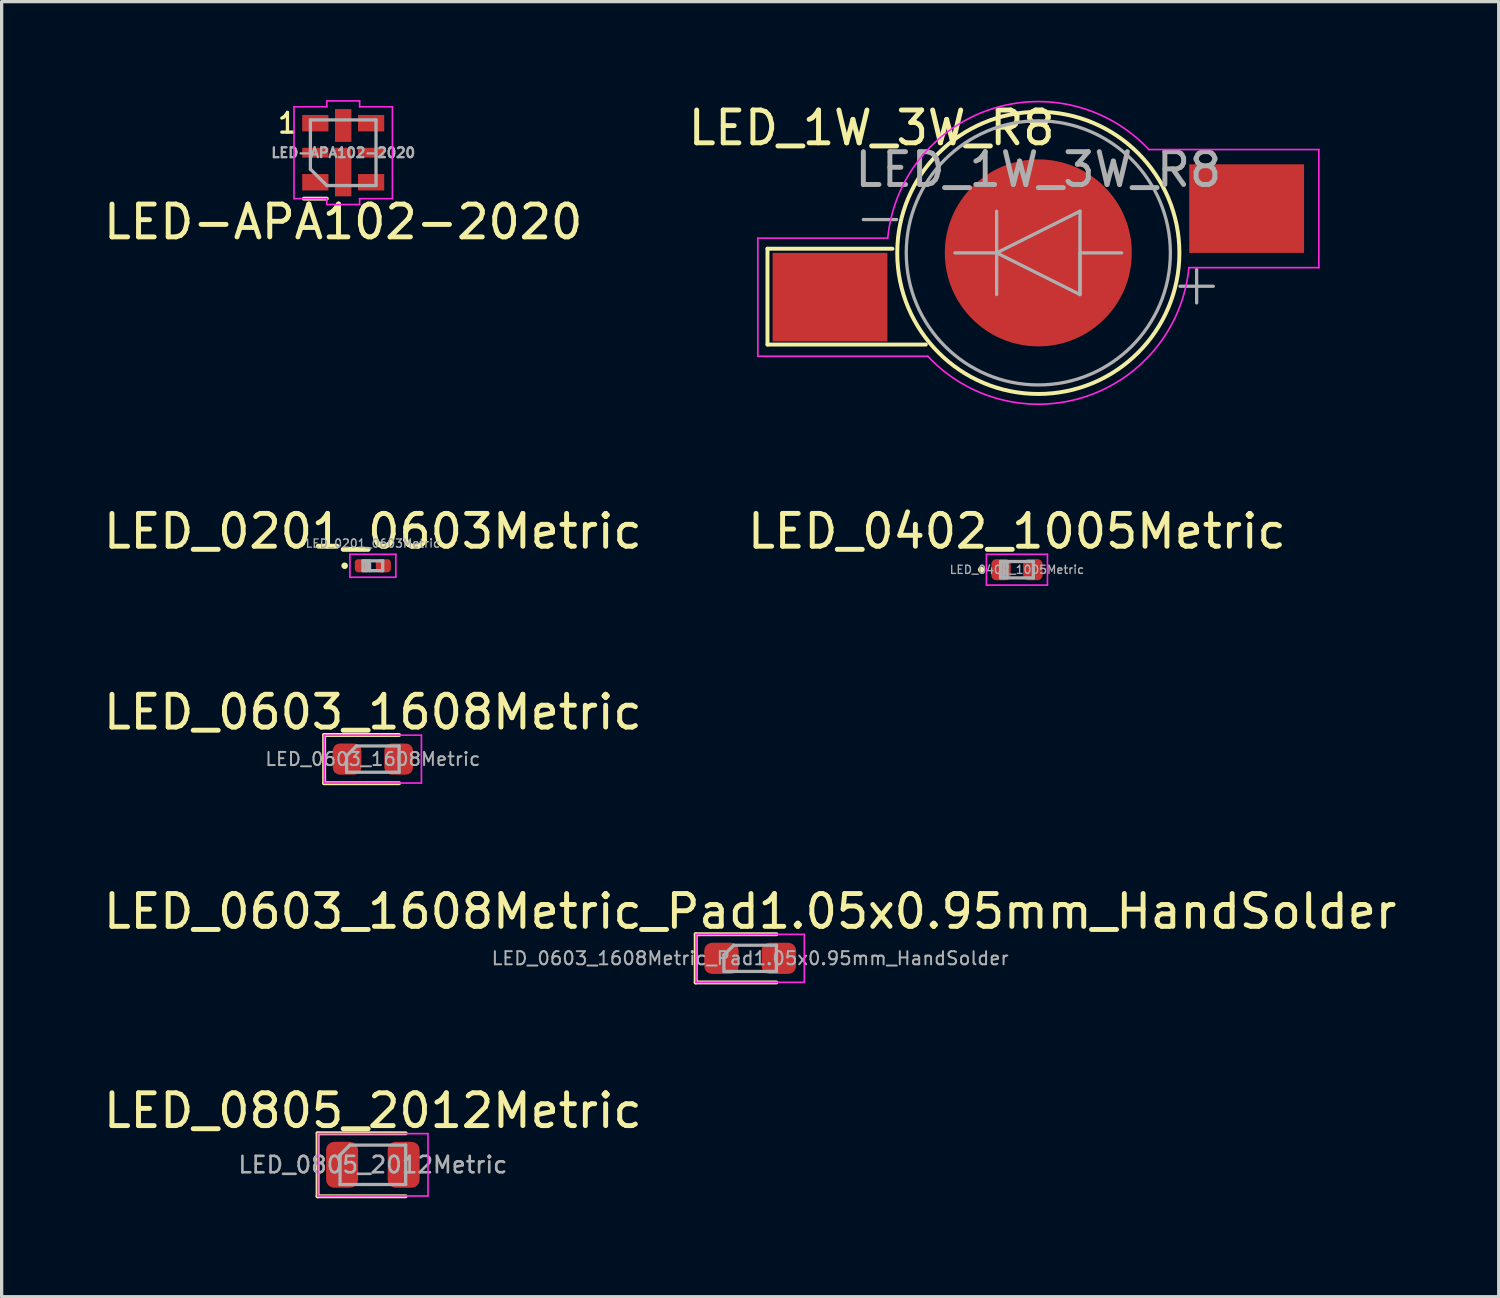
<source format=kicad_pcb>
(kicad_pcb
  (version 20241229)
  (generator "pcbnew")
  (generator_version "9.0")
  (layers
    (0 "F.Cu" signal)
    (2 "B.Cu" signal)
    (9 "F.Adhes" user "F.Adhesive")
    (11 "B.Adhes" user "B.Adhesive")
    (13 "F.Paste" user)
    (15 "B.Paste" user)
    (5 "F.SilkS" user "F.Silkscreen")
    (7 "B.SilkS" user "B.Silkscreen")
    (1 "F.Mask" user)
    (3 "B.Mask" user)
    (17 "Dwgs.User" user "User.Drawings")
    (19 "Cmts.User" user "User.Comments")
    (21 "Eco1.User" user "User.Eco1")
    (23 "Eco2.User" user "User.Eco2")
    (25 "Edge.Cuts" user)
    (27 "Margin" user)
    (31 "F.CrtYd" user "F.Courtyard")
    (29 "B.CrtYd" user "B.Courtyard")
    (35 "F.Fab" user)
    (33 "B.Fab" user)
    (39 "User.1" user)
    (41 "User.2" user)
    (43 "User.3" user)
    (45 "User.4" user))
  (footprint "LED_0402_1005Metric"
    (layer "F.Cu")
    (at 27.946 14.314)
    (property "Reference" "LED_0402_1005Metric" (at 0 -1.17 0) (layer "F.SilkS") (effects (font (size 1 1) (thickness 0.15))))
    (attr smd)
    (fp_circle (center -1.09 0) (end -1.04 0) (stroke (width 0.1) (type solid)) (fill no) (layer "F.SilkS"))
    (fp_line (start -0.93 -0.47) (end 0.93 -0.47) (stroke (width 0.05) (type solid)) (layer "F.CrtYd"))
    (fp_line (start -0.93 0.47) (end -0.93 -0.47) (stroke (width 0.05) (type solid)) (layer "F.CrtYd"))
    (fp_line (start 0.93 -0.47) (end 0.93 0.47) (stroke (width 0.05) (type solid)) (layer "F.CrtYd"))
    (fp_line (start 0.93 0.47) (end -0.93 0.47) (stroke (width 0.05) (type solid)) (layer "F.CrtYd"))
    (fp_line (start -0.5 -0.25) (end 0.5 -0.25) (stroke (width 0.1) (type solid)) (layer "F.Fab"))
    (fp_line (start -0.5 0.25) (end -0.5 -0.25) (stroke (width 0.1) (type solid)) (layer "F.Fab"))
    (fp_line (start -0.4 0.25) (end -0.4 -0.25) (stroke (width 0.1) (type solid)) (layer "F.Fab"))
    (fp_line (start -0.3 0.25) (end -0.3 -0.25) (stroke (width 0.1) (type solid)) (layer "F.Fab"))
    (fp_line (start 0.5 -0.25) (end 0.5 0.25) (stroke (width 0.1) (type solid)) (layer "F.Fab"))
    (fp_line (start 0.5 0.25) (end -0.5 0.25) (stroke (width 0.1) (type solid)) (layer "F.Fab"))
    (fp_text user "${REFERENCE}" (at 0 0 0) (layer "F.Fab") (effects (font (size 0.25 0.25) (thickness 0.04))))
    (pad "1" smd roundrect (at -0.485 0) (size 0.59 0.64) (layers "F.Cu" "F.Mask" "F.Paste") (roundrect_rratio 0.25))
    (pad "2" smd roundrect (at 0.485 0) (size 0.59 0.64) (layers "F.Cu" "F.Mask" "F.Paste") (roundrect_rratio 0.25)))
  (footprint "LED_0603_1608Metric_Pad1.05x0.95mm_HandSolder"
    (layer "F.Cu")
    (at 19.815 26.16)
    (property "Reference" "LED_0603_1608Metric_Pad1.05x0.95mm_HandSolder" (at 0 -1.43 0) (layer "F.SilkS") (effects (font (size 1 1) (thickness 0.15))))
    (attr smd)
    (fp_line (start -1.66 -0.735) (end -1.66 0.735) (stroke (width 0.12) (type solid)) (layer "F.SilkS"))
    (fp_line (start -1.66 0.735) (end 0.8 0.735) (stroke (width 0.12) (type solid)) (layer "F.SilkS"))
    (fp_line (start 0.8 -0.735) (end -1.66 -0.735) (stroke (width 0.12) (type solid)) (layer "F.SilkS"))
    (fp_line (start -1.65 -0.73) (end 1.65 -0.73) (stroke (width 0.05) (type solid)) (layer "F.CrtYd"))
    (fp_line (start -1.65 0.73) (end -1.65 -0.73) (stroke (width 0.05) (type solid)) (layer "F.CrtYd"))
    (fp_line (start 1.65 -0.73) (end 1.65 0.73) (stroke (width 0.05) (type solid)) (layer "F.CrtYd"))
    (fp_line (start 1.65 0.73) (end -1.65 0.73) (stroke (width 0.05) (type solid)) (layer "F.CrtYd"))
    (fp_line (start -0.8 -0.1) (end -0.8 0.4) (stroke (width 0.1) (type solid)) (layer "F.Fab"))
    (fp_line (start -0.8 0.4) (end 0.8 0.4) (stroke (width 0.1) (type solid)) (layer "F.Fab"))
    (fp_line (start -0.5 -0.4) (end -0.8 -0.1) (stroke (width 0.1) (type solid)) (layer "F.Fab"))
    (fp_line (start 0.8 -0.4) (end -0.5 -0.4) (stroke (width 0.1) (type solid)) (layer "F.Fab"))
    (fp_line (start 0.8 0.4) (end 0.8 -0.4) (stroke (width 0.1) (type solid)) (layer "F.Fab"))
    (fp_text user "${REFERENCE}" (at 0 0 0) (layer "F.Fab") (effects (font (size 0.4 0.4) (thickness 0.06))))
    (pad "1" smd roundrect (at -0.875 0) (size 1.05 0.95) (layers "F.Cu" "F.Mask" "F.Paste") (roundrect_rratio 0.25))
    (pad "2" smd roundrect (at 0.875 0) (size 1.05 0.95) (layers "F.Cu" "F.Mask" "F.Paste") (roundrect_rratio 0.25)))
  (footprint "LED-APA102-2020"
    (layer "F.Cu")
    (at 7.411 1.605)
    (property "Reference" "LED-APA102-2020" (at 0 2.11 0) (layer "F.SilkS") (effects (font (size 1 1) (thickness 0.15))))
    (attr smd)
    (fp_line (start -1.2 1.4) (end -0.5 1.4) (stroke (width 0.12) (type solid)) (layer "F.SilkS"))
    (fp_line (start -1.5 -1.4) (end -1.5 1.4) (stroke (width 0.05) (type solid)) (layer "F.CrtYd"))
    (fp_line (start -1.5 -1.4) (end -0.5 -1.4) (stroke (width 0.05) (type solid)) (layer "F.CrtYd"))
    (fp_line (start -0.5 -1.58) (end 0.5 -1.58) (stroke (width 0.05) (type solid)) (layer "F.CrtYd"))
    (fp_line (start -0.5 -1.4) (end -0.5 -1.58) (stroke (width 0.05) (type solid)) (layer "F.CrtYd"))
    (fp_line (start -0.5 1.4) (end -1.5 1.4) (stroke (width 0.05) (type solid)) (layer "F.CrtYd"))
    (fp_line (start -0.5 1.4) (end -0.5 1.58) (stroke (width 0.05) (type solid)) (layer "F.CrtYd"))
    (fp_line (start -0.5 1.58) (end 0.5 1.58) (stroke (width 0.05) (type solid)) (layer "F.CrtYd"))
    (fp_line (start 0.5 -1.58) (end 0.5 -1.4) (stroke (width 0.05) (type solid)) (layer "F.CrtYd"))
    (fp_line (start 0.5 -1.4) (end 1.5 -1.4) (stroke (width 0.05) (type solid)) (layer "F.CrtYd"))
    (fp_line (start 0.5 1.58) (end 0.5 1.4) (stroke (width 0.05) (type solid)) (layer "F.CrtYd"))
    (fp_line (start 1.5 -1.4) (end 1.5 1.4) (stroke (width 0.05) (type solid)) (layer "F.CrtYd"))
    (fp_line (start 1.5 1.4) (end 0.5 1.4) (stroke (width 0.05) (type solid)) (layer "F.CrtYd"))
    (fp_line (start -1 -1) (end 1 -1) (stroke (width 0.1) (type solid)) (layer "F.Fab"))
    (fp_line (start -1 0.5) (end -1 -1) (stroke (width 0.1) (type solid)) (layer "F.Fab"))
    (fp_line (start -1 0.5) (end -0.5 1) (stroke (width 0.1) (type solid)) (layer "F.Fab"))
    (fp_line (start 1 -1) (end 1 1) (stroke (width 0.1) (type solid)) (layer "F.Fab"))
    (fp_line (start 1 1) (end -0.5 1) (stroke (width 0.1) (type solid)) (layer "F.Fab"))
    (fp_text user "1" (at -1.7 -0.9 0) (layer "F.SilkS") (effects (font (size 0.6 0.6) (thickness 0.1))))
    (fp_text user "${REFERENCE}" (at 0 0 0) (layer "F.Fab") (effects (font (size 0.3 0.3) (thickness 0.07))))
    (pad "1" smd rect (at -0.85 -0.9) (size 0.8 0.5) (layers "F.Cu" "F.Mask" "F.Paste"))
    (pad "1" smd rect (at 0 -0.83 90) (size 1 0.5) (layers "F.Cu" "F.Mask" "F.Paste"))
    (pad "2" smd rect (at -0.85 0) (size 0.8 0.3) (layers "F.Cu" "F.Mask" "F.Paste"))
    (pad "3" smd rect (at -0.85 0.9) (size 0.8 0.5) (layers "F.Cu" "F.Mask" "F.Paste"))
    (pad "4" smd rect (at 0.85 0.9) (size 0.8 0.5) (layers "F.Cu" "F.Mask" "F.Paste"))
    (pad "5" smd rect (at 0.85 0) (size 0.8 0.3) (layers "F.Cu" "F.Mask" "F.Paste"))
    (pad "6" smd rect (at 0 0.59 90) (size 1.48 0.5) (layers "F.Cu" "F.Mask" "F.Paste"))
    (pad "6" smd rect (at 0.85 -0.9) (size 0.8 0.5) (layers "F.Cu" "F.Mask" "F.Paste")))
  (footprint "LED_1W_3W_R8"
    (layer "F.Cu")
    (at 28.598 4.658)
    (property "Reference" "LED_1W_3W_R8" (at -5.08 -3.81 0) (layer "F.SilkS") (effects (font (size 1 1) (thickness 0.15))))
    (attr smd)
    (fp_line (start -8.255 -0.127) (end -8.255 2.794) (stroke (width 0.12) (type solid)) (layer "F.SilkS"))
    (fp_line (start -8.255 2.794) (end -3.429 2.794) (stroke (width 0.12) (type solid)) (layer "F.SilkS"))
    (fp_line (start -4.445 -0.127) (end -8.255 -0.127) (stroke (width 0.12) (type solid)) (layer "F.SilkS"))
    (fp_circle (center 0 0) (end -4.3 0) (stroke (width 0.12) (type solid)) (fill no) (layer "F.SilkS"))
    (fp_line (start -8.55 -0.45) (end -8.55 3.15) (stroke (width 0.05) (type solid)) (layer "F.CrtYd"))
    (fp_line (start -8.55 3.15) (end -3.37 3.15) (stroke (width 0.05) (type solid)) (layer "F.CrtYd"))
    (fp_line (start -4.59 -0.45) (end -8.55 -0.45) (stroke (width 0.05) (type solid)) (layer "F.CrtYd"))
    (fp_line (start 3.37 -3.15) (end 8.55 -3.15) (stroke (width 0.05) (type solid)) (layer "F.CrtYd"))
    (fp_line (start 8.55 -3.15) (end 8.55 0.45) (stroke (width 0.05) (type solid)) (layer "F.CrtYd"))
    (fp_line (start 8.55 0.45) (end 4.59 0.45) (stroke (width 0.05) (type solid)) (layer "F.CrtYd"))
    (fp_arc (start -4.59 -0.45) (mid -1.481265 -4.36766) (end 3.369303 -3.149349) (stroke (width 0.05) (type solid)) (layer "F.CrtYd"))
    (fp_arc (start 4.59 0.45) (mid 1.481265 4.36766) (end -3.369303 3.149349) (stroke (width 0.05) (type solid)) (layer "F.CrtYd"))
    (fp_line (start -5.334 -1.016) (end -4.318 -1.016) (stroke (width 0.1) (type solid)) (layer "F.Fab"))
    (fp_line (start -2.54 0) (end -1.27 0) (stroke (width 0.1) (type solid)) (layer "F.Fab"))
    (fp_line (start -1.27 -1.27) (end -1.27 1.27) (stroke (width 0.1) (type solid)) (layer "F.Fab"))
    (fp_line (start -1.27 0) (end 1.27 -1.27) (stroke (width 0.1) (type solid)) (layer "F.Fab"))
    (fp_line (start -1.27 0) (end 1.27 1.27) (stroke (width 0.1) (type solid)) (layer "F.Fab"))
    (fp_line (start 1.27 -1.27) (end 1.27 1.27) (stroke (width 0.1) (type solid)) (layer "F.Fab"))
    (fp_line (start 1.27 0) (end 2.54 0) (stroke (width 0.1) (type solid)) (layer "F.Fab"))
    (fp_line (start 1.27 1.27) (end 1.27 0) (stroke (width 0.1) (type solid)) (layer "F.Fab"))
    (fp_line (start 4.318 1.016) (end 5.334 1.016) (stroke (width 0.1) (type solid)) (layer "F.Fab"))
    (fp_line (start 4.826 1.524) (end 4.826 0.508) (stroke (width 0.1) (type solid)) (layer "F.Fab"))
    (fp_circle (center 0 0) (end 4.025 0) (stroke (width 0.1) (type solid)) (fill no) (layer "F.Fab"))
    (fp_text user "${REFERENCE}" (at 0 -2.54 0) (layer "F.Fab") (effects (font (size 1 1) (thickness 0.15))))
    (pad "1" smd rect (at -6.35 1.35) (size 3.5 2.7) (layers "F.Cu" "F.Mask" "F.Paste"))
    (pad "2" smd rect (at 6.35 -1.35) (size 3.5 2.7) (layers "F.Cu" "F.Mask" "F.Paste"))
    (pad "3" smd circle (at 0 0) (size 5.7 5.7) (layers "F.Cu" "F.Mask" "F.Paste")))
  (footprint "LED_0201_0603Metric"
    (layer "F.Cu")
    (at 8.315 14.194)
    (property "Reference" "LED_0201_0603Metric" (at 0 -1.05 0) (layer "F.SilkS") (effects (font (size 1 1) (thickness 0.15))))
    (attr smd)
    (fp_circle (center -0.86 0) (end -0.81 0) (stroke (width 0.1) (type solid)) (fill no) (layer "F.SilkS"))
    (fp_line (start -0.7 -0.35) (end 0.7 -0.35) (stroke (width 0.05) (type solid)) (layer "F.CrtYd"))
    (fp_line (start -0.7 0.35) (end -0.7 -0.35) (stroke (width 0.05) (type solid)) (layer "F.CrtYd"))
    (fp_line (start 0.7 -0.35) (end 0.7 0.35) (stroke (width 0.05) (type solid)) (layer "F.CrtYd"))
    (fp_line (start 0.7 0.35) (end -0.7 0.35) (stroke (width 0.05) (type solid)) (layer "F.CrtYd"))
    (fp_line (start -0.3 -0.15) (end 0.3 -0.15) (stroke (width 0.1) (type solid)) (layer "F.Fab"))
    (fp_line (start -0.3 0.15) (end -0.3 -0.15) (stroke (width 0.1) (type solid)) (layer "F.Fab"))
    (fp_line (start -0.2 0.15) (end -0.2 -0.15) (stroke (width 0.1) (type solid)) (layer "F.Fab"))
    (fp_line (start -0.1 0.15) (end -0.1 -0.15) (stroke (width 0.1) (type solid)) (layer "F.Fab"))
    (fp_line (start 0.3 -0.15) (end 0.3 0.15) (stroke (width 0.1) (type solid)) (layer "F.Fab"))
    (fp_line (start 0.3 0.15) (end -0.3 0.15) (stroke (width 0.1) (type solid)) (layer "F.Fab"))
    (fp_text user "${REFERENCE}" (at 0 -0.68 0) (layer "F.Fab") (effects (font (size 0.25 0.25) (thickness 0.04))))
    (pad "" smd roundrect (at -0.345 0) (size 0.318 0.36) (layers "F.Paste") (roundrect_rratio 0.25))
    (pad "" smd roundrect (at 0.345 0) (size 0.318 0.36) (layers "F.Paste") (roundrect_rratio 0.25))
    (pad "1" smd roundrect (at -0.32 0) (size 0.46 0.4) (layers "F.Cu" "F.Mask") (roundrect_rratio 0.25))
    (pad "2" smd roundrect (at 0.32 0) (size 0.46 0.4) (layers "F.Cu" "F.Mask") (roundrect_rratio 0.25)))
  (footprint "LED_0805_2012Metric"
    (layer "F.Cu")
    (at 8.315 32.453)
    (property "Reference" "LED_0805_2012Metric" (at 0 -1.65 0) (layer "F.SilkS") (effects (font (size 1 1) (thickness 0.15))))
    (attr smd)
    (fp_line (start -1.685 -0.96) (end -1.685 0.96) (stroke (width 0.12) (type solid)) (layer "F.SilkS"))
    (fp_line (start -1.685 0.96) (end 1 0.96) (stroke (width 0.12) (type solid)) (layer "F.SilkS"))
    (fp_line (start 1 -0.96) (end -1.685 -0.96) (stroke (width 0.12) (type solid)) (layer "F.SilkS"))
    (fp_line (start -1.68 -0.95) (end 1.68 -0.95) (stroke (width 0.05) (type solid)) (layer "F.CrtYd"))
    (fp_line (start -1.68 0.95) (end -1.68 -0.95) (stroke (width 0.05) (type solid)) (layer "F.CrtYd"))
    (fp_line (start 1.68 -0.95) (end 1.68 0.95) (stroke (width 0.05) (type solid)) (layer "F.CrtYd"))
    (fp_line (start 1.68 0.95) (end -1.68 0.95) (stroke (width 0.05) (type solid)) (layer "F.CrtYd"))
    (fp_line (start -1 -0.3) (end -1 0.6) (stroke (width 0.1) (type solid)) (layer "F.Fab"))
    (fp_line (start -1 0.6) (end 1 0.6) (stroke (width 0.1) (type solid)) (layer "F.Fab"))
    (fp_line (start -0.7 -0.6) (end -1 -0.3) (stroke (width 0.1) (type solid)) (layer "F.Fab"))
    (fp_line (start 1 -0.6) (end -0.7 -0.6) (stroke (width 0.1) (type solid)) (layer "F.Fab"))
    (fp_line (start 1 0.6) (end 1 -0.6) (stroke (width 0.1) (type solid)) (layer "F.Fab"))
    (fp_text user "${REFERENCE}" (at 0 0 0) (layer "F.Fab") (effects (font (size 0.5 0.5) (thickness 0.08))))
    (pad "1" smd roundrect (at -0.938 0) (size 0.975 1.4) (layers "F.Cu" "F.Mask" "F.Paste") (roundrect_rratio 0.25))
    (pad "2" smd roundrect (at 0.938 0) (size 0.975 1.4) (layers "F.Cu" "F.Mask" "F.Paste") (roundrect_rratio 0.25)))
  (footprint "LED_0603_1608Metric"
    (layer "F.Cu")
    (at 8.315 20.087)
    (property "Reference" "LED_0603_1608Metric" (at 0 -1.43 0) (layer "F.SilkS") (effects (font (size 1 1) (thickness 0.15))))
    (attr smd)
    (fp_line (start -1.485 -0.735) (end -1.485 0.735) (stroke (width 0.12) (type solid)) (layer "F.SilkS"))
    (fp_line (start -1.485 0.735) (end 0.8 0.735) (stroke (width 0.12) (type solid)) (layer "F.SilkS"))
    (fp_line (start 0.8 -0.735) (end -1.485 -0.735) (stroke (width 0.12) (type solid)) (layer "F.SilkS"))
    (fp_line (start -1.48 -0.73) (end 1.48 -0.73) (stroke (width 0.05) (type solid)) (layer "F.CrtYd"))
    (fp_line (start -1.48 0.73) (end -1.48 -0.73) (stroke (width 0.05) (type solid)) (layer "F.CrtYd"))
    (fp_line (start 1.48 -0.73) (end 1.48 0.73) (stroke (width 0.05) (type solid)) (layer "F.CrtYd"))
    (fp_line (start 1.48 0.73) (end -1.48 0.73) (stroke (width 0.05) (type solid)) (layer "F.CrtYd"))
    (fp_line (start -0.8 -0.1) (end -0.8 0.4) (stroke (width 0.1) (type solid)) (layer "F.Fab"))
    (fp_line (start -0.8 0.4) (end 0.8 0.4) (stroke (width 0.1) (type solid)) (layer "F.Fab"))
    (fp_line (start -0.5 -0.4) (end -0.8 -0.1) (stroke (width 0.1) (type solid)) (layer "F.Fab"))
    (fp_line (start 0.8 -0.4) (end -0.5 -0.4) (stroke (width 0.1) (type solid)) (layer "F.Fab"))
    (fp_line (start 0.8 0.4) (end 0.8 -0.4) (stroke (width 0.1) (type solid)) (layer "F.Fab"))
    (fp_text user "${REFERENCE}" (at 0 0 0) (layer "F.Fab") (effects (font (size 0.4 0.4) (thickness 0.06))))
    (pad "1" smd roundrect (at -0.787 0) (size 0.875 0.95) (layers "F.Cu" "F.Mask" "F.Paste") (roundrect_rratio 0.25))
    (pad "2" smd roundrect (at 0.787 0) (size 0.875 0.95) (layers "F.Cu" "F.Mask" "F.Paste") (roundrect_rratio 0.25)))
  (gr_rect
    (start -3 -3)
    (end 42.631 36.473)
    (stroke (width 0.1) (type default))
    (fill no)
    (layer "Edge.Cuts")))
</source>
